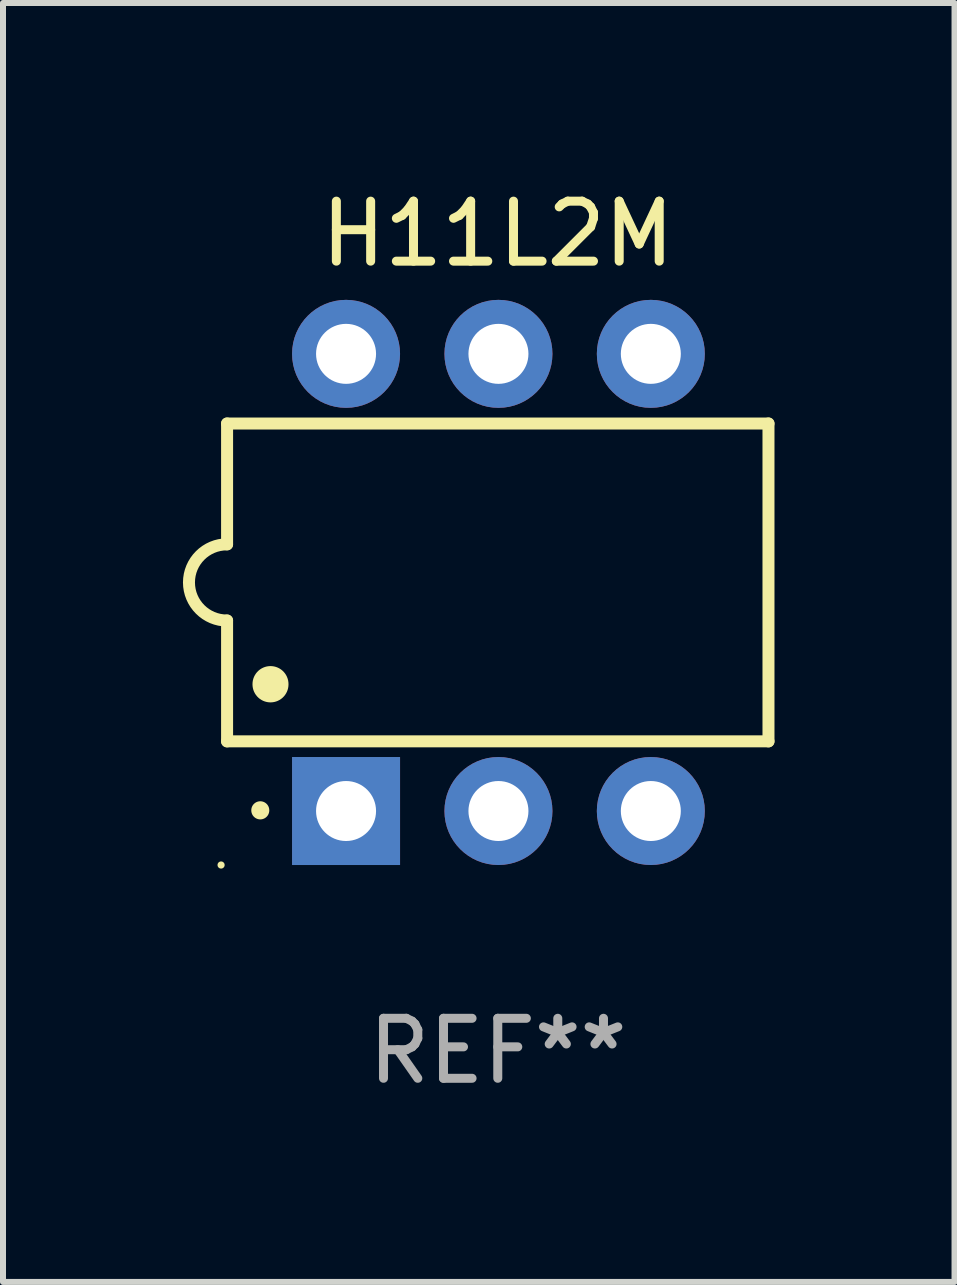
<source format=kicad_pcb>
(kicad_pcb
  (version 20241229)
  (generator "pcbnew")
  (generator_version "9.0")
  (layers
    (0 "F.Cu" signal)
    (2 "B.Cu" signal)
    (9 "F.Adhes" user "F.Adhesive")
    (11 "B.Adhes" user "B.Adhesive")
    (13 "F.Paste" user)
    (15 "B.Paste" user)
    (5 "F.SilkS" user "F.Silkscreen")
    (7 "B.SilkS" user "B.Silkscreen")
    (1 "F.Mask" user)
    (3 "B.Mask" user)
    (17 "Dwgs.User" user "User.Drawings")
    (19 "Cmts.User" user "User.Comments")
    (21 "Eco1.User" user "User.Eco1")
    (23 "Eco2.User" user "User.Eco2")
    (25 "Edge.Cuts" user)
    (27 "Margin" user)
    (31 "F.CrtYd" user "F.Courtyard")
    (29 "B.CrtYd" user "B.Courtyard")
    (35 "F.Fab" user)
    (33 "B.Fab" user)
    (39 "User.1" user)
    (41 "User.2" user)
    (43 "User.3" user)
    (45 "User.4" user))
  (footprint "H11L2M"
    (layer "F.Cu")
    (at 5.247 6.658)
    (property "Reference" "H11L2M" (at 0 -5.81 0) (layer "F.SilkS") (effects (font (size 1 1) (thickness 0.15))))
    (attr through_hole)
    (fp_line (start -4.512 -2.649) (end 4.512 -2.649) (stroke (width 0.2) (type solid)) (layer "F.SilkS"))
    (fp_line (start -4.512 -0.635) (end -4.512 -2.649) (stroke (width 0.2) (type solid)) (layer "F.SilkS"))
    (fp_line (start -4.512 2.649) (end -4.512 0.635) (stroke (width 0.2) (type solid)) (layer "F.SilkS"))
    (fp_line (start 4.512 -2.649) (end 4.512 2.649) (stroke (width 0.2) (type solid)) (layer "F.SilkS"))
    (fp_line (start 4.512 2.649) (end -4.512 2.649) (stroke (width 0.2) (type solid)) (layer "F.SilkS"))
    (fp_arc (start -4.512319 0.635001) (mid -5.14732 0) (end -4.512319 -0.635001) (stroke (width 0.2) (type solid)) (layer "F.SilkS"))
    (fp_arc (start -3.958598 3.799848) (mid -3.958603 3.798578) (end -3.958598 3.797308) (stroke (width 0.3) (type solid)) (layer "F.SilkS"))
    (fp_arc (start -3.788418 1.699263) (mid -3.788429 1.696723) (end -3.788418 1.694183) (stroke (width 0.6) (type solid)) (layer "F.SilkS"))
    (fp_circle (center -4.612 4.71) (end -4.582 4.71) (stroke (width 0.06) (type solid)) (fill no) (layer "F.SilkS"))
    (fp_text user "REF**" (at 0 7.81 0) (layer "F.Fab") (effects (font (size 1 1) (thickness 0.15))))
    (pad "1" thru_hole rect (at -2.529 3.81 90) (size 1.8 1.8) (drill 1) (layers "*.Cu" "*.Mask"))
    (pad "2" thru_hole circle (at 0.011 3.81) (size 1.8 1.8) (drill 1) (layers "*.Cu" "*.Mask"))
    (pad "3" thru_hole circle (at 2.551 3.81) (size 1.8 1.8) (drill 1) (layers "*.Cu" "*.Mask"))
    (pad "4" thru_hole circle (at 2.551 -3.81) (size 1.8 1.8) (drill 1) (layers "*.Cu" "*.Mask"))
    (pad "5" thru_hole circle (at 0.011 -3.81) (size 1.8 1.8) (drill 1) (layers "*.Cu" "*.Mask"))
    (pad "6" thru_hole circle (at -2.529 -3.81) (size 1.8 1.8) (drill 1) (layers "*.Cu" "*.Mask")))
  (gr_rect
    (start -3 -3)
    (end 12.86 18.317)
    (stroke (width 0.1) (type default))
    (fill no)
    (layer "Edge.Cuts")))
</source>
